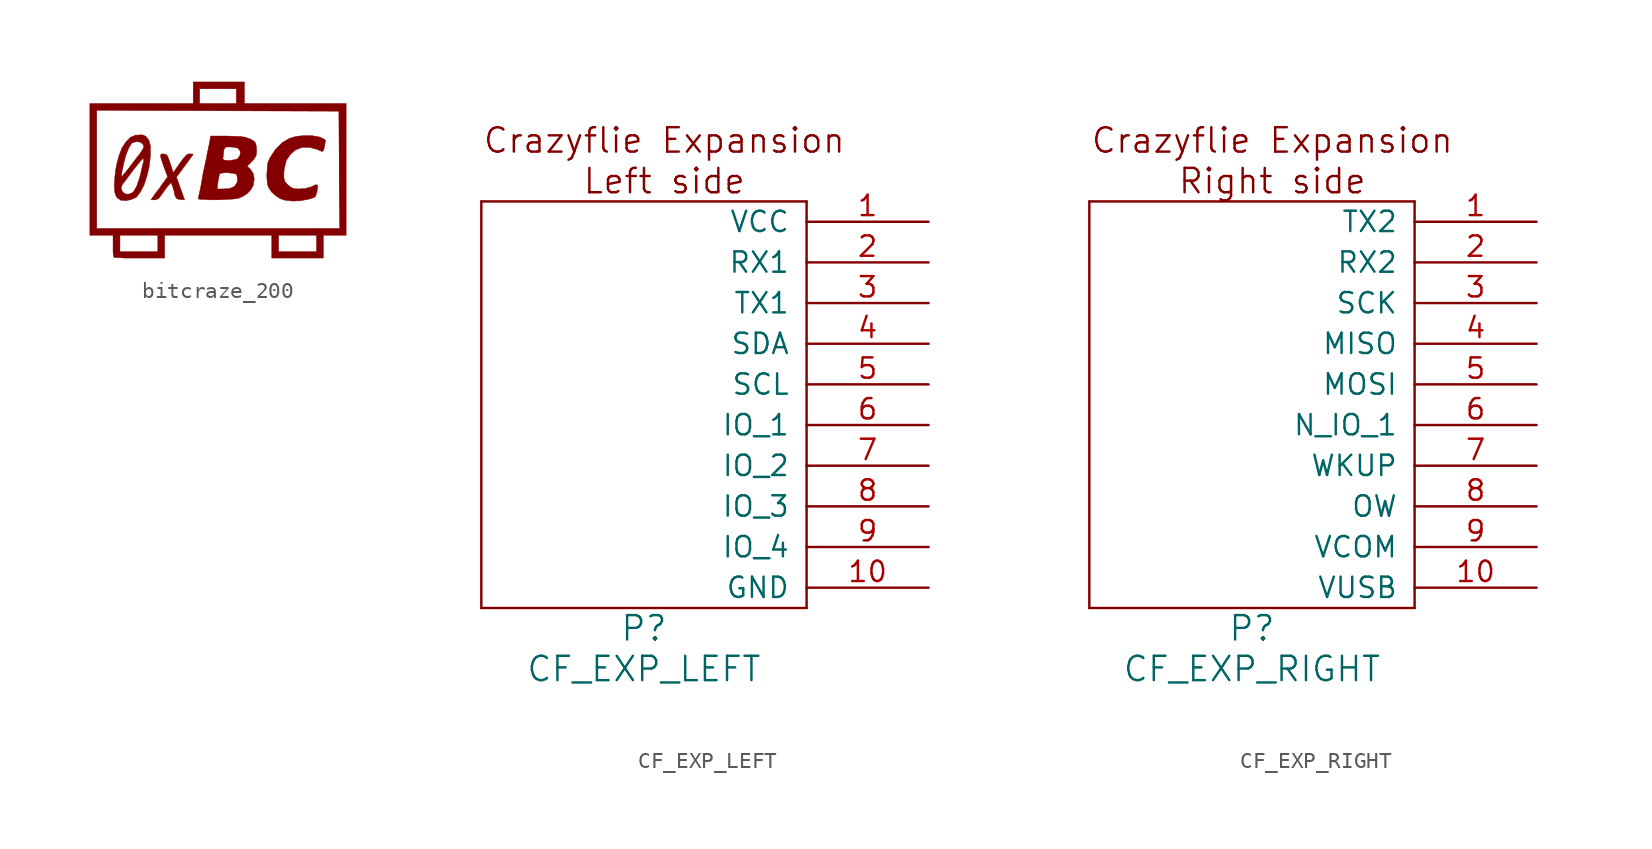
<source format=kicad_sym>
(kicad_symbol_lib
  (version 20241209)
  (generator "kicad_symbol_editor")
  (generator_version "9.0")
  (symbol "bitcraze_200"
    (pin_names
      (offset 1.016))
    (property "Reference" "B"
      (at 0 -7.696 0)
      (effects (font (size 1.524 1.524)) (hide yes)))
    (property "Footprint" ""
      (at 0 0 0)
      (effects (font (size 1.524 1.524))))
    (property "Datasheet" ""
      (at 0 0 0)
      (effects (font (size 1.524 1.524))))
    (symbol "bitcraze_200_0_0"
      (polyline (pts (xy -4.267 1.346) (xy -4.369 1.702) (xy -4.547 1.93) (xy -4.699 2.007) (xy -4.699 1.372) (xy -4.699 1.295) (xy -4.699 1.219) (xy -4.699 0.584) (xy -4.699 0.533) (xy -4.699 0.356) (xy -4.775 0.076) (xy -4.851 -0.254) (xy -4.928 -0.584) (xy -5.029 -0.889) (xy -5.105 -1.118) (xy -5.182 -1.27) (xy -5.309 -1.499) (xy -5.436 -1.6) (xy -5.639 -1.676) (xy -5.867 -1.651) (xy -6.045 -1.473) (xy -6.096 -1.27) (xy -6.02 -1.067) (xy -5.918 -0.94) (xy -5.74 -0.711) (xy -5.537 -0.432) (xy -5.309 -0.127) (xy -5.08 0.152) (xy -4.902 0.381) (xy -4.75 0.533) (xy -4.699 0.584) (xy -4.699 1.219) (xy -4.775 1.092) (xy -4.902 0.889) (xy -5.105 0.635) (xy -5.41 0.229) (xy -5.436 0.203) (xy -5.664 -0.102) (xy -5.867 -0.356) (xy -6.02 -0.533) (xy -6.071 -0.584) (xy -6.096 -0.584) (xy -6.096 -0.559) (xy -6.071 -0.457) (xy -6.045 -0.254) (xy -5.969 0.076) (xy -5.969 0.102) (xy -5.817 0.711) (xy -5.639 1.168) (xy -5.461 1.473) (xy -5.359 1.549) (xy -5.131 1.6) (xy -4.902 1.575) (xy -4.75 1.448) (xy -4.699 1.372) (xy -4.699 2.007) (xy -4.826 2.032) (xy -5.207 2.007) (xy -5.512 1.88) (xy -5.791 1.6) (xy -6.045 1.219) (xy -6.071 1.143) (xy -6.223 0.762) (xy -6.35 0.305) (xy -6.452 -0.203) (xy -6.502 -0.711) (xy -6.528 -1.168) (xy -6.502 -1.524) (xy -6.426 -1.778) (xy -6.35 -1.905) (xy -6.147 -2.032) (xy -6.121 -2.057) (xy -5.791 -2.083) (xy -5.461 -2.007) (xy -5.182 -1.88) (xy -5.131 -1.854) (xy -4.902 -1.549) (xy -4.674 -1.118) (xy -4.496 -0.584) (xy -4.343 0.051) (xy -4.267 0.737) (xy -4.267 0.838) (xy -4.267 1.346) (xy -4.267 1.346)) (stroke (width 0.025) (type solid)) (fill (type outline)))
      (polyline (pts (xy -1.6 0.813) (xy -1.651 0.838) (xy -1.829 0.838) (xy -1.905 0.838) (xy -2.032 0.762) (xy -2.21 0.559) (xy -2.438 0.254) (xy -2.845 -0.33) (xy -3.023 0.229) (xy -3.124 0.508) (xy -3.2 0.711) (xy -3.302 0.813) (xy -3.429 0.838) (xy -3.454 0.838) (xy -3.581 0.838) (xy -3.632 0.787) (xy -3.632 0.635) (xy -3.556 0.406) (xy -3.429 0.025) (xy -3.2 -0.584) (xy -3.429 -0.914) (xy -3.531 -1.041) (xy -3.734 -1.346) (xy -3.962 -1.626) (xy -4.242 -2.032) (xy -4.013 -2.032) (xy -3.886 -2.007) (xy -3.734 -1.93) (xy -3.607 -1.753) (xy -3.404 -1.473) (xy -3.353 -1.397) (xy -3.175 -1.168) (xy -3.048 -1.016) (xy -2.972 -0.965) (xy -2.946 -1.041) (xy -2.87 -1.245) (xy -2.794 -1.499) (xy -2.743 -1.753) (xy -2.667 -1.905) (xy -2.565 -1.981) (xy -2.413 -2.007) (xy -2.134 -2.032) (xy -2.388 -1.321) (xy -2.642 -0.61) (xy -2.134 0.076) (xy -1.981 0.279) (xy -1.778 0.559) (xy -1.651 0.737) (xy -1.6 0.813) (xy -1.6 0.813)) (stroke (width 0.025) (type solid)) (fill (type outline)))
      (polyline (pts (xy 2.362 1.092) (xy 2.337 1.346) (xy 2.286 1.524) (xy 2.235 1.6) (xy 2.007 1.753) (xy 1.651 1.88) (xy 1.346 1.93) (xy 1.346 0.991) (xy 1.321 0.762) (xy 1.194 0.559) (xy 1.168 0.533) (xy 1.168 -0.686) (xy 1.143 -0.94) (xy 0.991 -1.168) (xy 0.864 -1.245) (xy 0.66 -1.321) (xy 0.33 -1.346) (xy -0.102 -1.346) (xy -0.051 -0.914) (xy -0.025 -0.737) (xy 0.025 -0.508) (xy 0.051 -0.406) (xy 0.076 -0.381) (xy 0.229 -0.356) (xy 0.457 -0.33) (xy 0.711 -0.356) (xy 0.94 -0.381) (xy 1.092 -0.432) (xy 1.118 -0.483) (xy 1.168 -0.686) (xy 1.168 0.533) (xy 0.991 0.483) (xy 0.737 0.432) (xy 0.508 0.432) (xy 0.33 0.457) (xy 0.254 0.533) (xy 0.254 0.559) (xy 0.279 0.711) (xy 0.305 0.965) (xy 0.305 1.016) (xy 0.356 1.194) (xy 0.483 1.27) (xy 0.686 1.27) (xy 0.737 1.27) (xy 0.991 1.245) (xy 1.194 1.194) (xy 1.219 1.168) (xy 1.346 0.991) (xy 1.346 1.93) (xy 1.168 1.93) (xy 0.508 1.956) (xy -0.508 1.956) (xy -0.584 1.549) (xy -0.584 1.524) (xy -0.635 1.295) (xy -0.711 0.94) (xy -0.787 0.533) (xy -0.889 0.076) (xy -0.991 -0.406) (xy -1.067 -0.864) (xy -1.143 -1.295) (xy -1.219 -1.626) (xy -1.27 -1.854) (xy -1.27 -1.981) (xy -1.143 -2.007) (xy -0.889 -2.007) (xy -0.533 -2.032) (xy -0.102 -2.032) (xy 0.406 -2.007) (xy 0.889 -1.981) (xy 1.245 -1.93) (xy 1.524 -1.803) (xy 1.753 -1.651) (xy 1.956 -1.448) (xy 1.981 -1.422) (xy 2.159 -1.118) (xy 2.21 -0.737) (xy 2.159 -0.406) (xy 1.981 -0.127) (xy 1.778 0.076) (xy 2.083 0.381) (xy 2.235 0.559) (xy 2.337 0.762) (xy 2.362 1.016) (xy 2.362 1.092) (xy 2.362 1.092)) (stroke (width 0.025) (type solid)) (fill (type outline)))
      (polyline (pts (xy 6.655 1.702) (xy 6.553 1.778) (xy 6.325 1.88) (xy 6.248 1.905) (xy 5.791 1.981) (xy 5.283 1.981) (xy 4.801 1.93) (xy 4.394 1.803) (xy 3.962 1.549) (xy 3.531 1.118) (xy 3.2 0.61) (xy 3.15 0.508) (xy 3.048 0.254) (xy 3.023 -0.051) (xy 2.997 -0.457) (xy 2.997 -0.61) (xy 3.023 -0.914) (xy 3.048 -1.118) (xy 3.124 -1.295) (xy 3.251 -1.473) (xy 3.302 -1.549) (xy 3.556 -1.778) (xy 3.835 -1.956) (xy 4.14 -2.057) (xy 4.623 -2.108) (xy 5.131 -2.083) (xy 5.639 -1.981) (xy 5.817 -1.93) (xy 5.994 -1.854) (xy 6.071 -1.727) (xy 6.121 -1.549) (xy 6.147 -1.422) (xy 6.172 -1.194) (xy 6.147 -1.092) (xy 6.02 -1.092) (xy 5.817 -1.194) (xy 5.766 -1.219) (xy 5.385 -1.321) (xy 5.004 -1.346) (xy 4.928 -1.346) (xy 4.674 -1.321) (xy 4.496 -1.245) (xy 4.318 -1.092) (xy 4.242 -1.016) (xy 4.115 -0.864) (xy 4.064 -0.66) (xy 4.064 -0.356) (xy 4.089 -0.076) (xy 4.216 0.432) (xy 4.47 0.813) (xy 4.801 1.092) (xy 5.207 1.245) (xy 5.664 1.245) (xy 6.147 1.118) (xy 6.299 1.041) (xy 6.452 0.991) (xy 6.528 1.041) (xy 6.579 1.194) (xy 6.629 1.499) (xy 6.655 1.575) (xy 6.655 1.702) (xy 6.655 1.702)) (stroke (width 0.025) (type solid)) (fill (type outline)))
      (polyline (pts (xy 7.95 3.988) (xy 7.544 3.988) (xy 7.544 -3.81) (xy 6.096 -3.81) (xy 6.096 -4.242) (xy 6.096 -4.75) (xy 6.096 -5.258) (xy 4.902 -5.258) (xy 3.734 -5.258) (xy 3.734 -4.75) (xy 3.734 -4.242) (xy 4.902 -4.242) (xy 6.096 -4.242) (xy 6.096 -3.81) (xy -0.051 -3.81) (xy -3.81 -3.81) (xy -3.81 -4.242) (xy -3.81 -4.75) (xy -3.81 -5.258) (xy -5.004 -5.258) (xy -6.172 -5.258) (xy -6.172 -4.75) (xy -6.172 -4.242) (xy -5.004 -4.242) (xy -3.81 -4.242) (xy -3.81 -3.81) (xy -7.62 -3.81) (xy -7.62 -0.127) (xy -7.62 3.556) (xy -0.076 3.531) (xy 7.493 3.505) (xy 7.518 -0.152) (xy 7.544 -3.81) (xy 7.544 3.988) (xy 4.775 3.988) (xy 1.6 3.988) (xy 1.6 4.648) (xy 1.6 5.334) (xy 1.092 5.334) (xy 1.092 4.902) (xy 1.092 4.445) (xy 1.092 3.988) (xy -0.051 3.988) (xy -1.194 3.988) (xy -1.194 4.445) (xy -1.194 4.902) (xy -0.051 4.902) (xy 1.092 4.902) (xy 1.092 5.334) (xy 0 5.334) (xy -1.6 5.334) (xy -1.6 4.648) (xy -1.6 3.988) (xy -4.826 3.988) (xy -8.052 3.988) (xy -8.052 -0.127) (xy -8.052 -4.242) (xy -7.315 -4.242) (xy -6.604 -4.242) (xy -6.604 -4.902) (xy -6.604 -4.978) (xy -6.604 -5.283) (xy -6.579 -5.512) (xy -6.553 -5.613) (xy -6.452 -5.639) (xy -6.223 -5.639) (xy -5.867 -5.664) (xy -5.436 -5.664) (xy -4.953 -5.664) (xy -3.378 -5.664) (xy -3.378 -4.953) (xy -3.378 -4.242) (xy -0.051 -4.242) (xy 3.302 -4.242) (xy 3.302 -4.953) (xy 3.302 -5.664) (xy 4.902 -5.664) (xy 6.528 -5.664) (xy 6.528 -4.953) (xy 6.528 -4.242) (xy 7.239 -4.242) (xy 7.95 -4.242) (xy 7.95 -0.127) (xy 7.95 3.988) (xy 7.95 3.988)) (stroke (width 0.025) (type solid)) (fill (type outline)))))
  (symbol "CF_EXP_LEFT"
    (pin_names
      (offset 1.016))
    (property "Reference" "P"
      (at 0 -13.97 0)
      (effects (font (size 1.524 1.524))))
    (property "Value" "CF_EXP_LEFT"
      (at 0 -16.51 0)
      (effects (font (size 1.524 1.524))))
    (property "Footprint" ""
      (at 3.81 -16.51 0)
      (effects (font (size 1.524 1.524))))
    (property "Datasheet" ""
      (at 3.81 -16.51 0)
      (effects (font (size 1.524 1.524))))
    (symbol "CF_EXP_LEFT_0_0"
      (rectangle (start -10.16 12.7) (end 10.16 12.7) (stroke (width 0) (type solid)) (fill (type none)))
      (rectangle (start -10.16 -12.7) (end -10.16 12.7) (stroke (width 0) (type solid)) (fill (type none)))
      (rectangle (start 10.16 12.7) (end 10.16 -12.7) (stroke (width 0) (type solid)) (fill (type none)))
      (rectangle (start 10.16 -12.7) (end -10.16 -12.7) (stroke (width 0) (type solid)) (fill (type none)))
      (text "Crazyflie Expansion" (at 1.27 16.51 0) (effects (font (size 1.524 1.524))))
      (text "Left side" (at 1.27 13.97 0) (effects (font (size 1.524 1.524)))))
    (symbol "CF_EXP_LEFT_1_1"
      (pin power_out line (at 17.78 11.43 180) (length 7.62) (name "VCC" (effects (font (size 1.27 1.27)))) (number "1" (effects (font (size 1.27 1.27)))))
      (pin bidirectional line (at 17.78 8.89 180) (length 7.62) (name "RX1" (effects (font (size 1.27 1.27)))) (number "2" (effects (font (size 1.27 1.27)))))
      (pin bidirectional line (at 17.78 6.35 180) (length 7.62) (name "TX1" (effects (font (size 1.27 1.27)))) (number "3" (effects (font (size 1.27 1.27)))))
      (pin output line (at 17.78 3.81 180) (length 7.62) (name "SDA" (effects (font (size 1.27 1.27)))) (number "4" (effects (font (size 1.27 1.27)))))
      (pin bidirectional line (at 17.78 1.27 180) (length 7.62) (name "SCL" (effects (font (size 1.27 1.27)))) (number "5" (effects (font (size 1.27 1.27)))))
      (pin bidirectional line (at 17.78 -1.27 180) (length 7.62) (name "IO_1" (effects (font (size 1.27 1.27)))) (number "6" (effects (font (size 1.27 1.27)))))
      (pin bidirectional line (at 17.78 -3.81 180) (length 7.62) (name "IO_2" (effects (font (size 1.27 1.27)))) (number "7" (effects (font (size 1.27 1.27)))))
      (pin bidirectional line (at 17.78 -6.35 180) (length 7.62) (name "IO_3" (effects (font (size 1.27 1.27)))) (number "8" (effects (font (size 1.27 1.27)))))
      (pin bidirectional line (at 17.78 -8.89 180) (length 7.62) (name "IO_4" (effects (font (size 1.27 1.27)))) (number "9" (effects (font (size 1.27 1.27)))))
      (pin power_out line (at 17.78 -11.43 180) (length 7.62) (name "GND" (effects (font (size 1.27 1.27)))) (number "10" (effects (font (size 1.27 1.27)))))))
  (symbol "CF_EXP_RIGHT"
    (pin_names
      (offset 1.016))
    (property "Reference" "P"
      (at 0 -13.97 0)
      (effects (font (size 1.524 1.524))))
    (property "Value" "CF_EXP_RIGHT"
      (at 0 -16.51 0)
      (effects (font (size 1.524 1.524))))
    (property "Footprint" ""
      (at 3.81 -16.51 0)
      (effects (font (size 1.524 1.524))))
    (property "Datasheet" ""
      (at 3.81 -16.51 0)
      (effects (font (size 1.524 1.524))))
    (symbol "CF_EXP_RIGHT_0_0"
      (rectangle (start -10.16 12.7) (end 10.16 12.7) (stroke (width 0) (type solid)) (fill (type none)))
      (rectangle (start -10.16 -12.7) (end -10.16 12.7) (stroke (width 0) (type solid)) (fill (type none)))
      (rectangle (start 10.16 12.7) (end 10.16 -12.7) (stroke (width 0) (type solid)) (fill (type none)))
      (rectangle (start 10.16 -12.7) (end -10.16 -12.7) (stroke (width 0) (type solid)) (fill (type none)))
      (text "Crazyflie Expansion" (at 1.27 16.51 0) (effects (font (size 1.524 1.524))))
      (text "Right side" (at 1.27 13.97 0) (effects (font (size 1.524 1.524)))))
    (symbol "CF_EXP_RIGHT_1_1"
      (pin bidirectional line (at 17.78 11.43 180) (length 7.62) (name "TX2" (effects (font (size 1.27 1.27)))) (number "1" (effects (font (size 1.27 1.27)))))
      (pin bidirectional line (at 17.78 8.89 180) (length 7.62) (name "RX2" (effects (font (size 1.27 1.27)))) (number "2" (effects (font (size 1.27 1.27)))))
      (pin output line (at 17.78 6.35 180) (length 7.62) (name "SCK" (effects (font (size 1.27 1.27)))) (number "3" (effects (font (size 1.27 1.27)))))
      (pin bidirectional line (at 17.78 3.81 180) (length 7.62) (name "MISO" (effects (font (size 1.27 1.27)))) (number "4" (effects (font (size 1.27 1.27)))))
      (pin bidirectional line (at 17.78 1.27 180) (length 7.62) (name "MOSI" (effects (font (size 1.27 1.27)))) (number "5" (effects (font (size 1.27 1.27)))))
      (pin bidirectional line (at 17.78 -1.27 180) (length 7.62) (name "N_IO_1" (effects (font (size 1.27 1.27)))) (number "6" (effects (font (size 1.27 1.27)))))
      (pin bidirectional line (at 17.78 -3.81 180) (length 7.62) (name "WKUP" (effects (font (size 1.27 1.27)))) (number "7" (effects (font (size 1.27 1.27)))))
      (pin bidirectional line (at 17.78 -6.35 180) (length 7.62) (name "OW" (effects (font (size 1.27 1.27)))) (number "8" (effects (font (size 1.27 1.27)))))
      (pin power_out line (at 17.78 -8.89 180) (length 7.62) (name "VCOM" (effects (font (size 1.27 1.27)))) (number "9" (effects (font (size 1.27 1.27)))))
      (pin power_out line (at 17.78 -11.43 180) (length 7.62) (name "VUSB" (effects (font (size 1.27 1.27)))) (number "10" (effects (font (size 1.27 1.27))))))))
</source>
